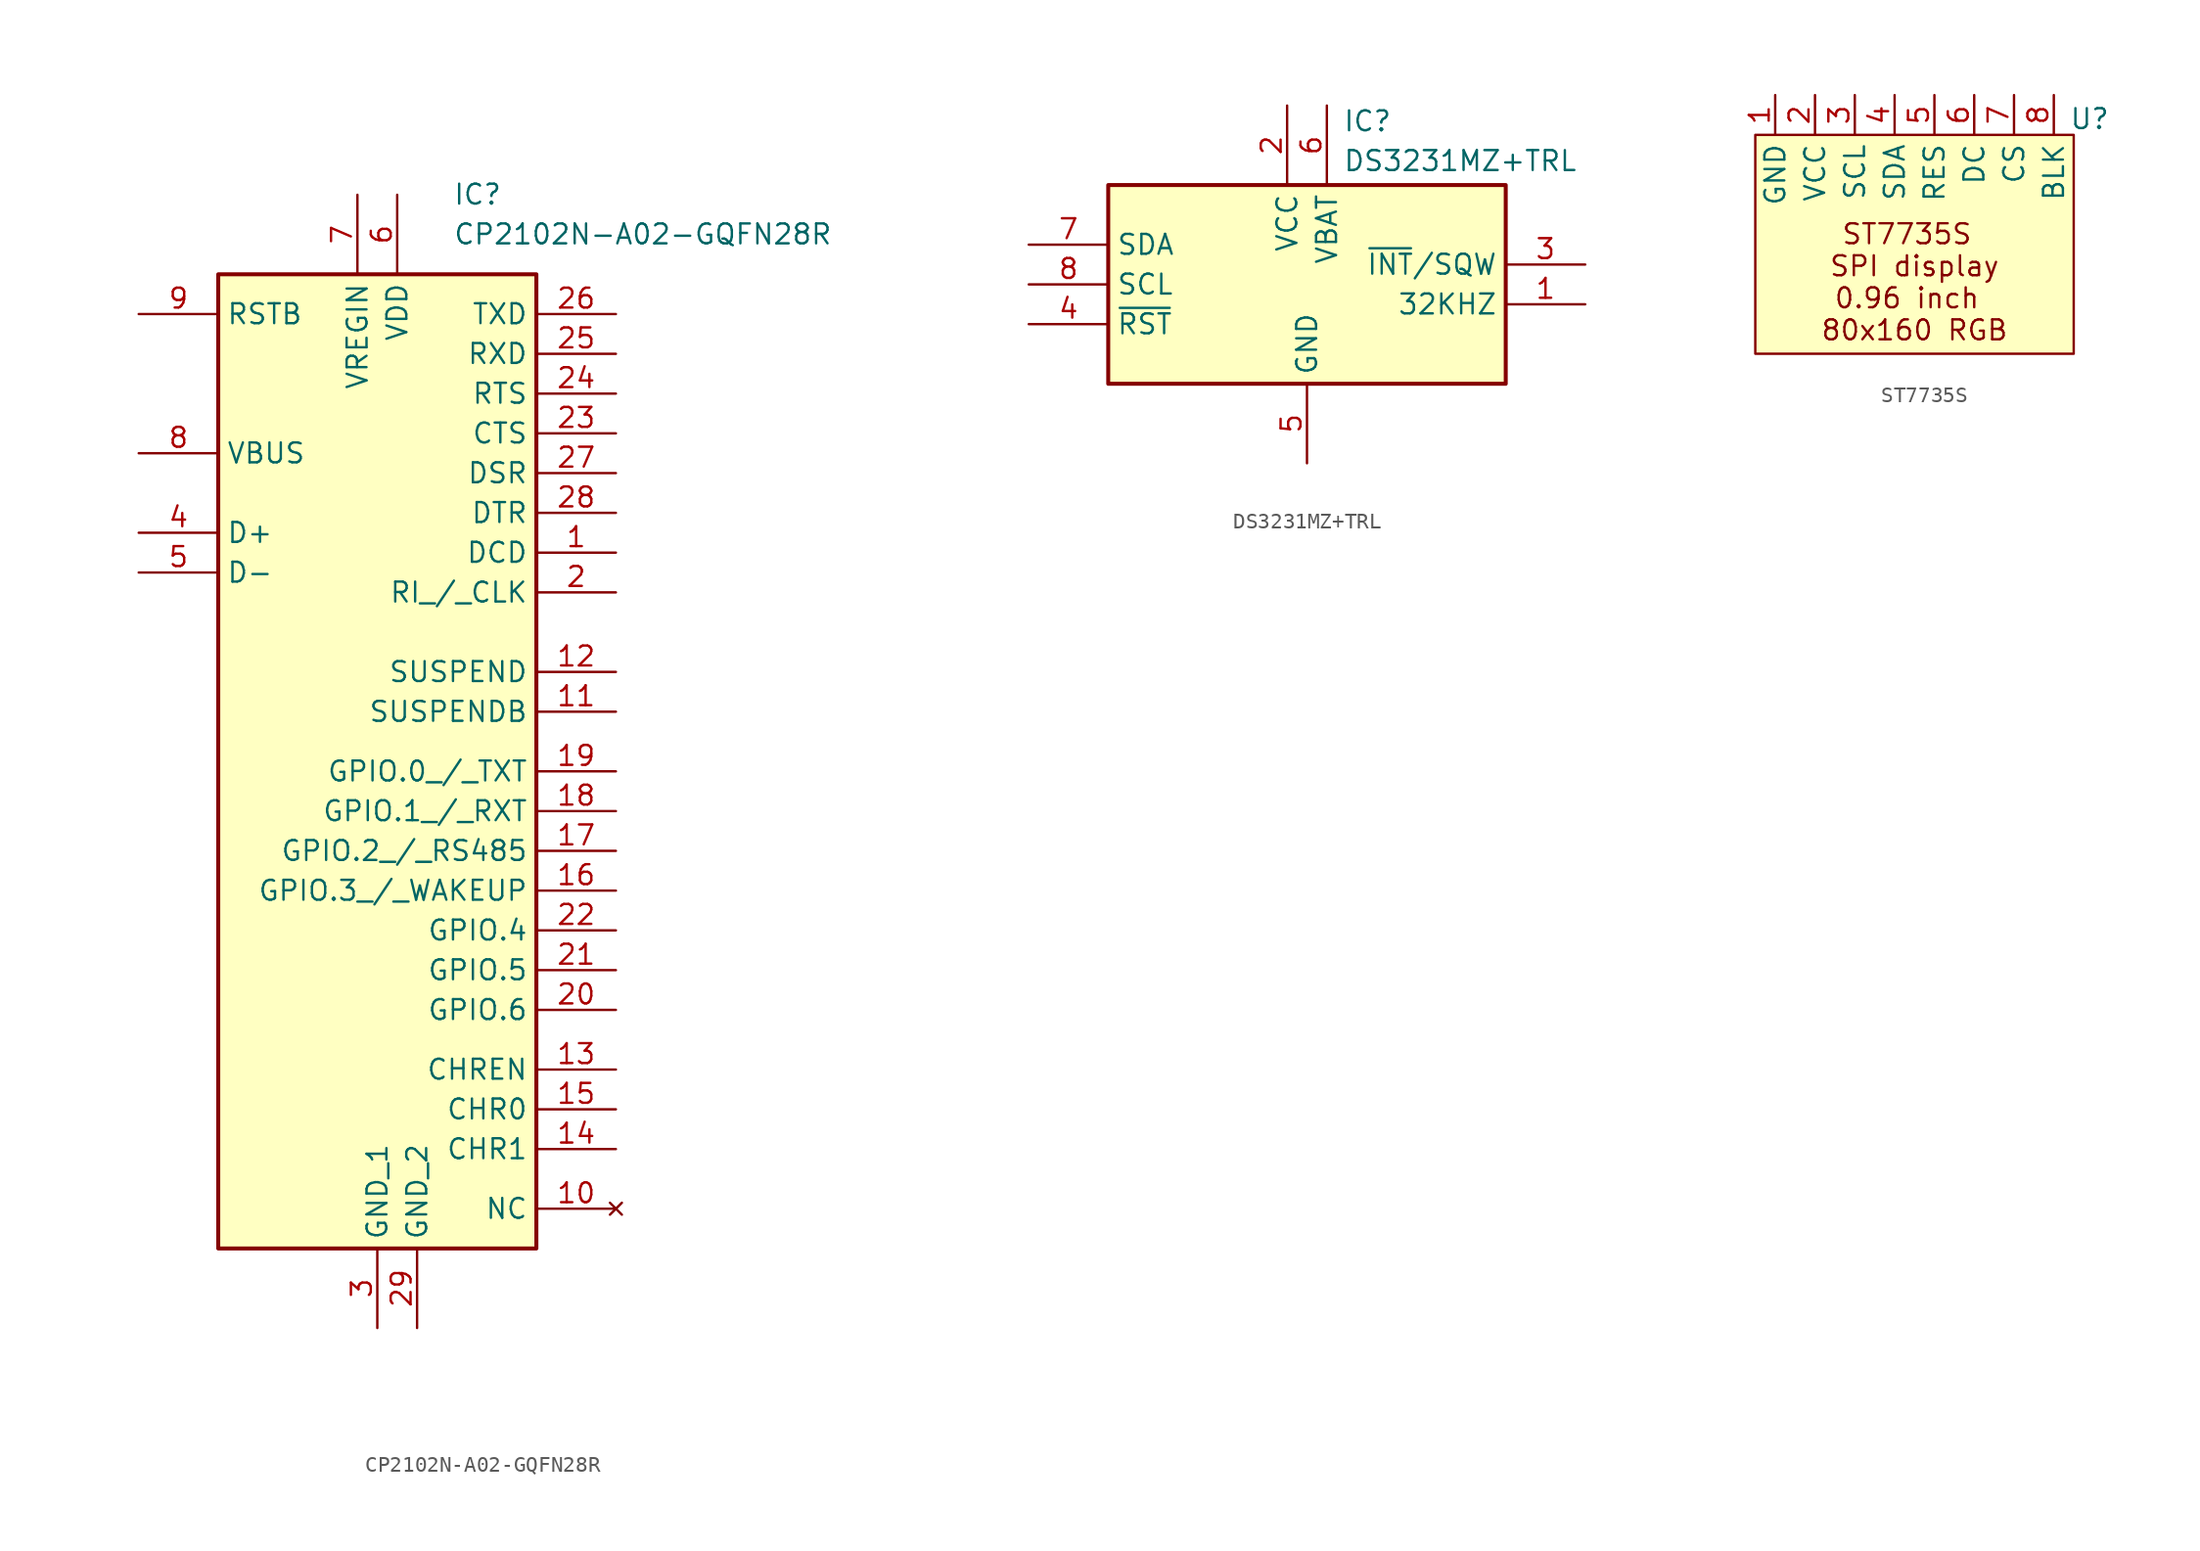
<source format=kicad_sym>
(kicad_symbol_lib
  (version 20241209)
  (generator "kicad_symbol_editor")
  (generator_version "9.0")
  (symbol "CP2102N-A02-GQFN28R"
    (property "Reference" "IC"
      (at 14.986 5.842 0)
      (effects (font (size 1.27 1.27)) (justify left top)))
    (property "Value" "CP2102N-A02-GQFN28R"
      (at 14.986 3.302 0)
      (effects (font (size 1.27 1.27)) (justify left top)))
    (symbol "CP2102N-A02-GQFN28R_1_1"
      (rectangle (start 0 0) (end 20.32 -62.23) (stroke (width 0.254) (type default)) (fill (type background)))
      (pin passive line (at -5.08 -2.54 0) (length 5.08) (name "RSTB" (effects (font (size 1.27 1.27)))) (number "9" (effects (font (size 1.27 1.27)))))
      (pin passive line (at -5.08 -11.43 0) (length 5.08) (name "VBUS" (effects (font (size 1.27 1.27)))) (number "8" (effects (font (size 1.27 1.27)))))
      (pin passive line (at -5.08 -16.51 0) (length 5.08) (name "D+" (effects (font (size 1.27 1.27)))) (number "4" (effects (font (size 1.27 1.27)))))
      (pin passive line (at -5.08 -19.05 0) (length 5.08) (name "D-" (effects (font (size 1.27 1.27)))) (number "5" (effects (font (size 1.27 1.27)))))
      (pin passive line (at 8.89 5.08 270) (length 5.08) (name "VREGIN" (effects (font (size 1.27 1.27)))) (number "7" (effects (font (size 1.27 1.27)))))
      (pin passive line (at 10.16 -67.31 90) (length 5.08) (name "GND_1" (effects (font (size 1.27 1.27)))) (number "3" (effects (font (size 1.27 1.27)))))
      (pin passive line (at 11.43 5.08 270) (length 5.08) (name "VDD" (effects (font (size 1.27 1.27)))) (number "6" (effects (font (size 1.27 1.27)))))
      (pin passive line (at 12.7 -67.31 90) (length 5.08) (name "GND_2" (effects (font (size 1.27 1.27)))) (number "29" (effects (font (size 1.27 1.27)))))
      (pin passive line (at 25.4 -2.54 180) (length 5.08) (name "TXD" (effects (font (size 1.27 1.27)))) (number "26" (effects (font (size 1.27 1.27)))))
      (pin passive line (at 25.4 -5.08 180) (length 5.08) (name "RXD" (effects (font (size 1.27 1.27)))) (number "25" (effects (font (size 1.27 1.27)))))
      (pin passive line (at 25.4 -7.62 180) (length 5.08) (name "RTS" (effects (font (size 1.27 1.27)))) (number "24" (effects (font (size 1.27 1.27)))))
      (pin passive line (at 25.4 -10.16 180) (length 5.08) (name "CTS" (effects (font (size 1.27 1.27)))) (number "23" (effects (font (size 1.27 1.27)))))
      (pin passive line (at 25.4 -12.7 180) (length 5.08) (name "DSR" (effects (font (size 1.27 1.27)))) (number "27" (effects (font (size 1.27 1.27)))))
      (pin passive line (at 25.4 -15.24 180) (length 5.08) (name "DTR" (effects (font (size 1.27 1.27)))) (number "28" (effects (font (size 1.27 1.27)))))
      (pin passive line (at 25.4 -17.78 180) (length 5.08) (name "DCD" (effects (font (size 1.27 1.27)))) (number "1" (effects (font (size 1.27 1.27)))))
      (pin passive line (at 25.4 -20.32 180) (length 5.08) (name "RI_/_CLK" (effects (font (size 1.27 1.27)))) (number "2" (effects (font (size 1.27 1.27)))))
      (pin passive line (at 25.4 -25.4 180) (length 5.08) (name "SUSPEND" (effects (font (size 1.27 1.27)))) (number "12" (effects (font (size 1.27 1.27)))))
      (pin passive line (at 25.4 -27.94 180) (length 5.08) (name "SUSPENDB" (effects (font (size 1.27 1.27)))) (number "11" (effects (font (size 1.27 1.27)))))
      (pin passive line (at 25.4 -31.75 180) (length 5.08) (name "GPIO.0_/_TXT" (effects (font (size 1.27 1.27)))) (number "19" (effects (font (size 1.27 1.27)))))
      (pin passive line (at 25.4 -34.29 180) (length 5.08) (name "GPIO.1_/_RXT" (effects (font (size 1.27 1.27)))) (number "18" (effects (font (size 1.27 1.27)))))
      (pin passive line (at 25.4 -36.83 180) (length 5.08) (name "GPIO.2_/_RS485" (effects (font (size 1.27 1.27)))) (number "17" (effects (font (size 1.27 1.27)))))
      (pin passive line (at 25.4 -39.37 180) (length 5.08) (name "GPIO.3_/_WAKEUP" (effects (font (size 1.27 1.27)))) (number "16" (effects (font (size 1.27 1.27)))))
      (pin passive line (at 25.4 -41.91 180) (length 5.08) (name "GPIO.4" (effects (font (size 1.27 1.27)))) (number "22" (effects (font (size 1.27 1.27)))))
      (pin passive line (at 25.4 -44.45 180) (length 5.08) (name "GPIO.5" (effects (font (size 1.27 1.27)))) (number "21" (effects (font (size 1.27 1.27)))))
      (pin passive line (at 25.4 -46.99 180) (length 5.08) (name "GPIO.6" (effects (font (size 1.27 1.27)))) (number "20" (effects (font (size 1.27 1.27)))))
      (pin passive line (at 25.4 -50.8 180) (length 5.08) (name "CHREN" (effects (font (size 1.27 1.27)))) (number "13" (effects (font (size 1.27 1.27)))))
      (pin passive line (at 25.4 -53.34 180) (length 5.08) (name "CHR0" (effects (font (size 1.27 1.27)))) (number "15" (effects (font (size 1.27 1.27)))))
      (pin passive line (at 25.4 -55.88 180) (length 5.08) (name "CHR1" (effects (font (size 1.27 1.27)))) (number "14" (effects (font (size 1.27 1.27)))))
      (pin no_connect line (at 25.4 -59.69 180) (length 5.08) (name "NC" (effects (font (size 1.27 1.27)))) (number "10" (effects (font (size 1.27 1.27)))))))
  (symbol "DS3231MZ+TRL"
    (property "Reference" "IC"
      (at 14.986 4.826 0)
      (effects (font (size 1.27 1.27)) (justify left top)))
    (property "Value" "DS3231MZ+TRL"
      (at 14.986 2.286 0)
      (effects (font (size 1.27 1.27)) (justify left top)))
    (symbol "DS3231MZ+TRL_1_1"
      (rectangle (start 0 0) (end 25.4 -12.7) (stroke (width 0.254) (type default)) (fill (type background)))
      (pin bidirectional line (at -5.08 -3.81 0) (length 5.08) (name "SDA" (effects (font (size 1.27 1.27)))) (number "7" (effects (font (size 1.27 1.27)))))
      (pin input line (at -5.08 -6.35 0) (length 5.08) (name "SCL" (effects (font (size 1.27 1.27)))) (number "8" (effects (font (size 1.27 1.27)))))
      (pin bidirectional line (at -5.08 -8.89 0) (length 5.08) (name "~{RST}" (effects (font (size 1.27 1.27)))) (number "4" (effects (font (size 1.27 1.27)))))
      (pin power_in line (at 11.43 5.08 270) (length 5.08) (name "VCC" (effects (font (size 1.27 1.27)))) (number "2" (effects (font (size 1.27 1.27)))))
      (pin power_in line (at 12.7 -17.78 90) (length 5.08) (name "GND" (effects (font (size 1.27 1.27)))) (number "5" (effects (font (size 1.27 1.27)))))
      (pin power_in line (at 13.97 5.08 270) (length 5.08) (name "VBAT" (effects (font (size 1.27 1.27)))) (number "6" (effects (font (size 1.27 1.27)))))
      (pin output line (at 30.48 -5.08 180) (length 5.08) (name "~{INT}/SQW" (effects (font (size 1.27 1.27)))) (number "3" (effects (font (size 1.27 1.27)))))
      (pin output line (at 30.48 -7.62 180) (length 5.08) (name "32KHZ" (effects (font (size 1.27 1.27)))) (number "1" (effects (font (size 1.27 1.27)))))))
  (symbol "ST7735S"
    (property "Reference" "U"
      (at 21.336 1.016 0)
      (effects (font (size 1.27 1.27))))
    (property "Value" ""
      (at 0 0 0)
      (effects (font (size 1.27 1.27))))
    (symbol "ST7735S_1_1"
      (rectangle (start 0 0) (end 20.32 -13.97) (stroke (width 0) (type solid)) (fill (type background)))
      (text "ST7735S \nSPI display\n0.96 inch \n80x160 RGB" (at 10.16 -9.398 0) (effects (font (size 1.27 1.27))))
      (pin passive line (at 1.27 2.54 270) (length 2.54) (name "GND" (effects (font (size 1.27 1.27)))) (number "1" (effects (font (size 1.27 1.27)))))
      (pin passive line (at 3.81 2.54 270) (length 2.54) (name "VCC" (effects (font (size 1.27 1.27)))) (number "2" (effects (font (size 1.27 1.27)))))
      (pin input line (at 6.35 2.54 270) (length 2.54) (name "SCL" (effects (font (size 1.27 1.27)))) (number "3" (effects (font (size 1.27 1.27)))))
      (pin input line (at 8.89 2.54 270) (length 2.54) (name "SDA" (effects (font (size 1.27 1.27)))) (number "4" (effects (font (size 1.27 1.27)))))
      (pin input line (at 11.43 2.54 270) (length 2.54) (name "RES" (effects (font (size 1.27 1.27)))) (number "5" (effects (font (size 1.27 1.27)))))
      (pin input line (at 13.97 2.54 270) (length 2.54) (name "DC" (effects (font (size 1.27 1.27)))) (number "6" (effects (font (size 1.27 1.27)))))
      (pin input line (at 16.51 2.54 270) (length 2.54) (name "CS" (effects (font (size 1.27 1.27)))) (number "7" (effects (font (size 1.27 1.27)))))
      (pin input line (at 19.05 2.54 270) (length 2.54) (name "BLK" (effects (font (size 1.27 1.27)))) (number "8" (effects (font (size 1.27 1.27))))))))
</source>
